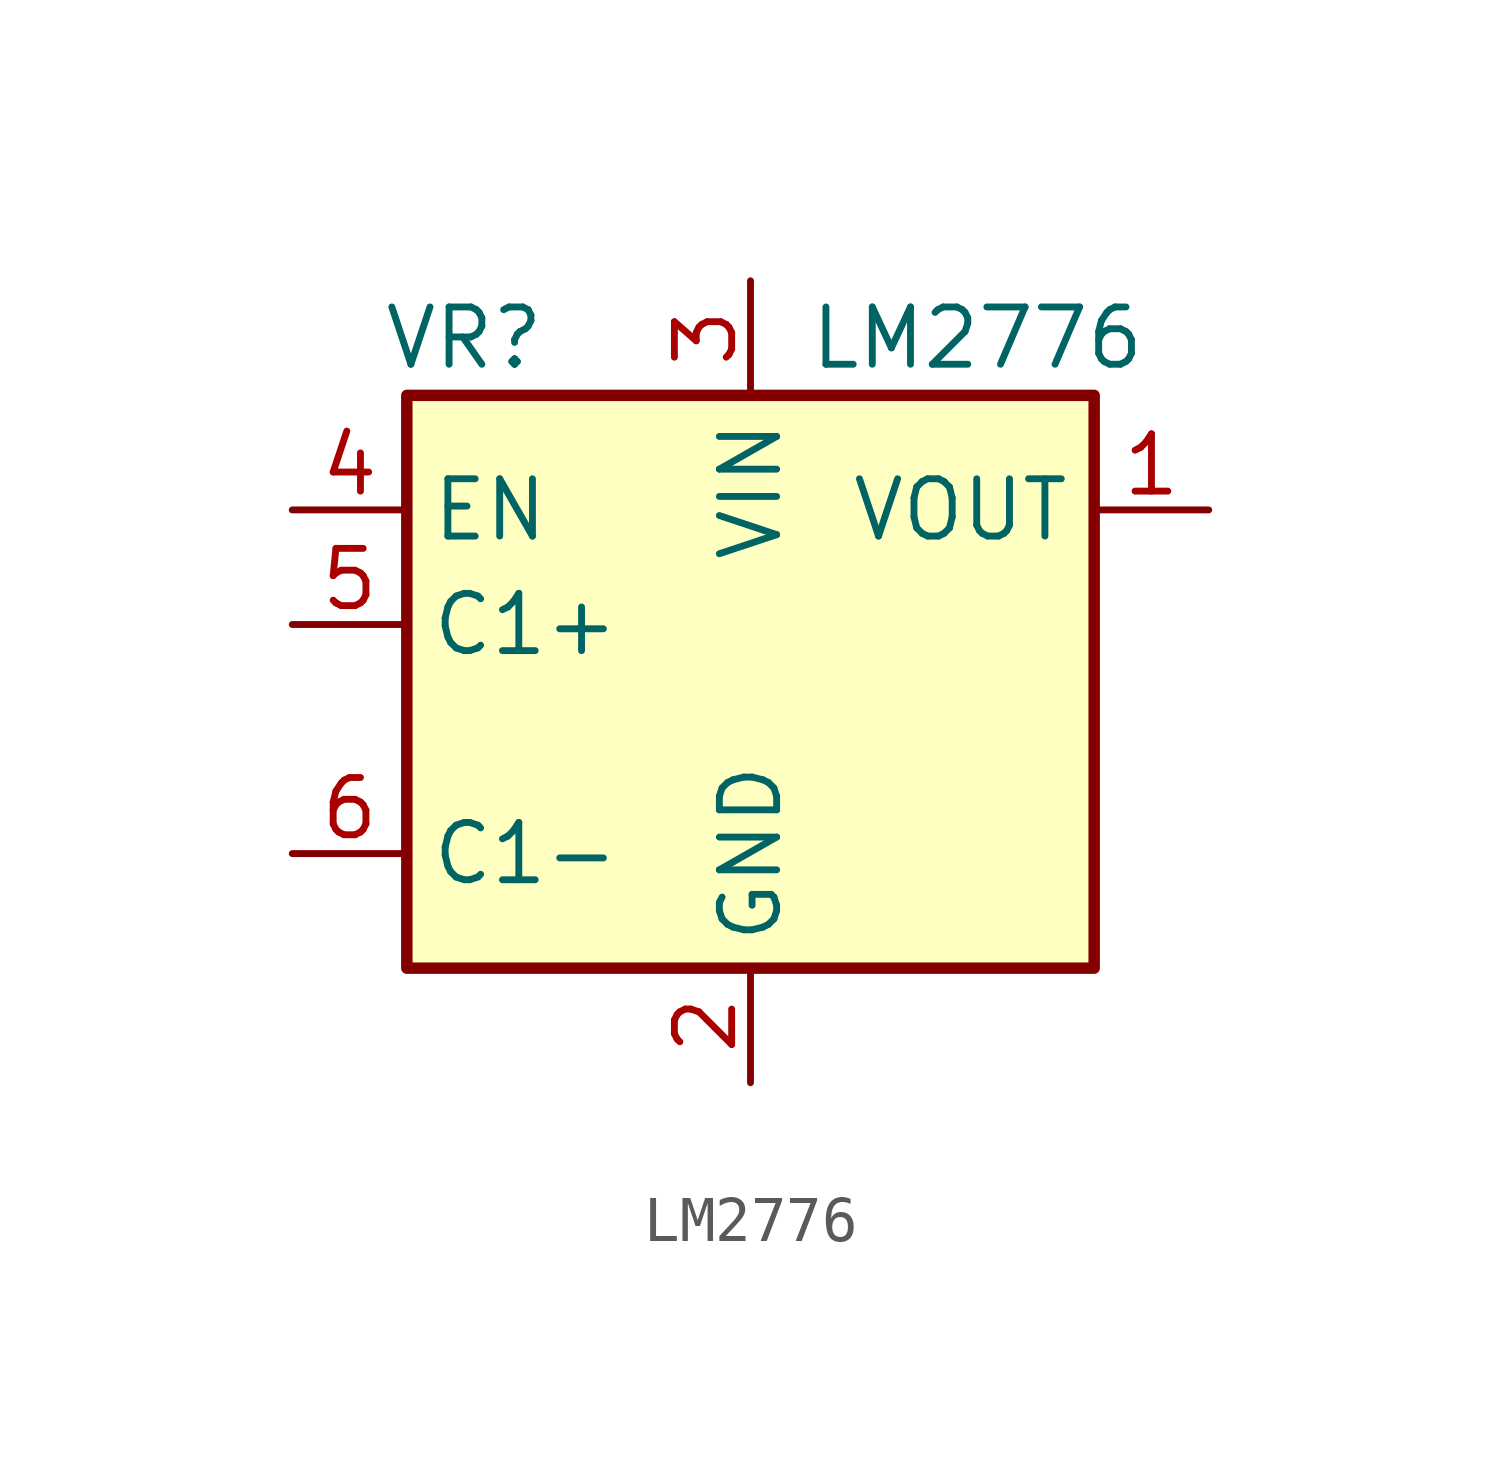
<source format=kicad_sym>
(kicad_symbol_lib
  (version 20231120)
  (generator "kicad_symbol_editor")
  (generator_version "8.0")
  (symbol "LM2776"
    (property "Reference" "VR"
      (at -6.35 6.35 0)
      (effects (font (size 1.27 1.27))))
    (property "Value" "LM2776"
      (at 1.27 6.35 0)
      (effects (font (size 1.27 1.27)) (justify left)))
    (symbol "LM2776_0_1"
      (rectangle (start -7.62 5.08) (end 7.62 -7.62) (stroke (width 0.254) (type default)) (fill (type background))))
    (symbol "LM2776_1_1"
      (pin power_out line (at 10.16 2.54 180) (length 2.54) (name "VOUT" (effects (font (size 1.27 1.27)))) (number "1" (effects (font (size 1.27 1.27)))))
      (pin power_in line (at 0 -10.16 90) (length 2.54) (name "GND" (effects (font (size 1.27 1.27)))) (number "2" (effects (font (size 1.27 1.27)))))
      (pin power_in line (at 0 7.62 270) (length 2.54) (name "VIN" (effects (font (size 1.27 1.27)))) (number "3" (effects (font (size 1.27 1.27)))))
      (pin input line (at -10.16 2.54 0) (length 2.54) (name "EN" (effects (font (size 1.27 1.27)))) (number "4" (effects (font (size 1.27 1.27)))))
      (pin passive line (at -10.16 0 0) (length 2.54) (name "C1+" (effects (font (size 1.27 1.27)))) (number "5" (effects (font (size 1.27 1.27)))))
      (pin passive line (at -10.16 -5.08 0) (length 2.54) (name "C1-" (effects (font (size 1.27 1.27)))) (number "6" (effects (font (size 1.27 1.27))))))))
</source>
